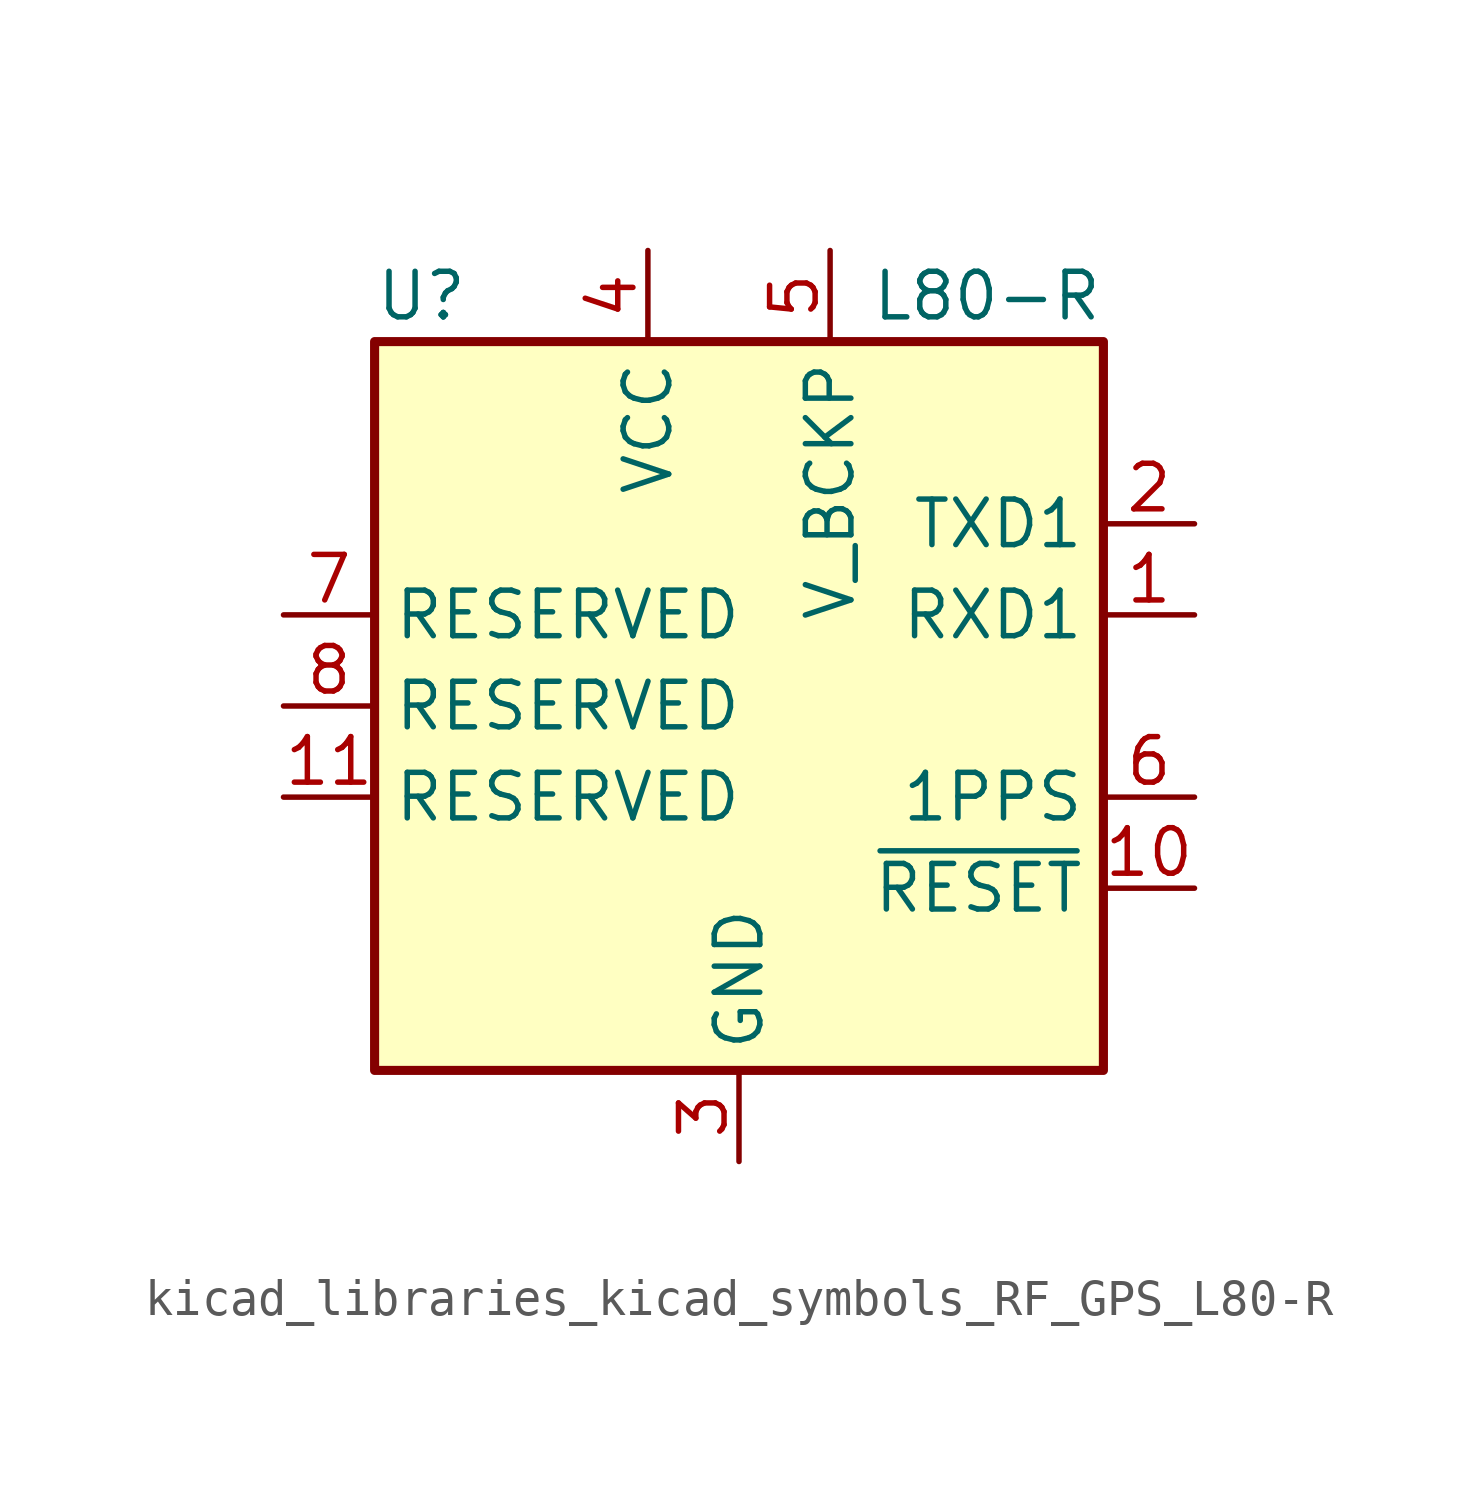
<source format=kicad_sym>
(kicad_symbol_lib
  (version 20220914)
  (generator kicad_symbol_editor)
  (symbol "kicad_libraries_kicad_symbols_RF_GPS_L80-R"
    (property "Reference" "U"
      (at -10.16 11.43 0)
      (effects (font (size 1.27 1.27)) (justify left)))
    (property "Value" "L80-R"
      (at 10.16 11.43 0)
      (effects (font (size 1.27 1.27)) (justify right)))
    (symbol "kicad_libraries_kicad_symbols_RF_GPS_L80-R_0_1"
      (rectangle (start -10.16 10.16) (end 10.16 -10.16) (stroke (width 0.254) (type default)) (fill (type background))))
    (symbol "kicad_libraries_kicad_symbols_RF_GPS_L80-R_1_1"
      (pin input line (at 12.7 2.54 180) (length 2.54) (name "RXD1" (effects (font (size 1.27 1.27)))) (number "1" (effects (font (size 1.27 1.27)))))
      (pin input line (at 12.7 -5.08 180) (length 2.54) (name "~{RESET}" (effects (font (size 1.27 1.27)))) (number "10" (effects (font (size 1.27 1.27)))))
      (pin passive line (at -12.7 -2.54 0) (length 2.54) (name "RESERVED" (effects (font (size 1.27 1.27)))) (number "11" (effects (font (size 1.27 1.27)))))
      (pin passive line (at 0 -12.7 90) (length 2.54) hide (name "GND" (effects (font (size 1.27 1.27)))) (number "12" (effects (font (size 1.27 1.27)))))
      (pin output line (at 12.7 5.08 180) (length 2.54) (name "TXD1" (effects (font (size 1.27 1.27)))) (number "2" (effects (font (size 1.27 1.27)))))
      (pin power_in line (at 0 -12.7 90) (length 2.54) (name "GND" (effects (font (size 1.27 1.27)))) (number "3" (effects (font (size 1.27 1.27)))))
      (pin power_in line (at -2.54 12.7 270) (length 2.54) (name "VCC" (effects (font (size 1.27 1.27)))) (number "4" (effects (font (size 1.27 1.27)))))
      (pin power_in line (at 2.54 12.7 270) (length 2.54) (name "V_BCKP" (effects (font (size 1.27 1.27)))) (number "5" (effects (font (size 1.27 1.27)))))
      (pin output line (at 12.7 -2.54 180) (length 2.54) (name "1PPS" (effects (font (size 1.27 1.27)))) (number "6" (effects (font (size 1.27 1.27)))))
      (pin passive line (at -12.7 2.54 0) (length 2.54) (name "RESERVED" (effects (font (size 1.27 1.27)))) (number "7" (effects (font (size 1.27 1.27)))))
      (pin passive line (at -12.7 0 0) (length 2.54) (name "RESERVED" (effects (font (size 1.27 1.27)))) (number "8" (effects (font (size 1.27 1.27)))))
      (pin no_connect line (at 10.16 0 180) (length 2.54) hide (name "NC" (effects (font (size 1.27 1.27)))) (number "9" (effects (font (size 1.27 1.27))))))))
</source>
